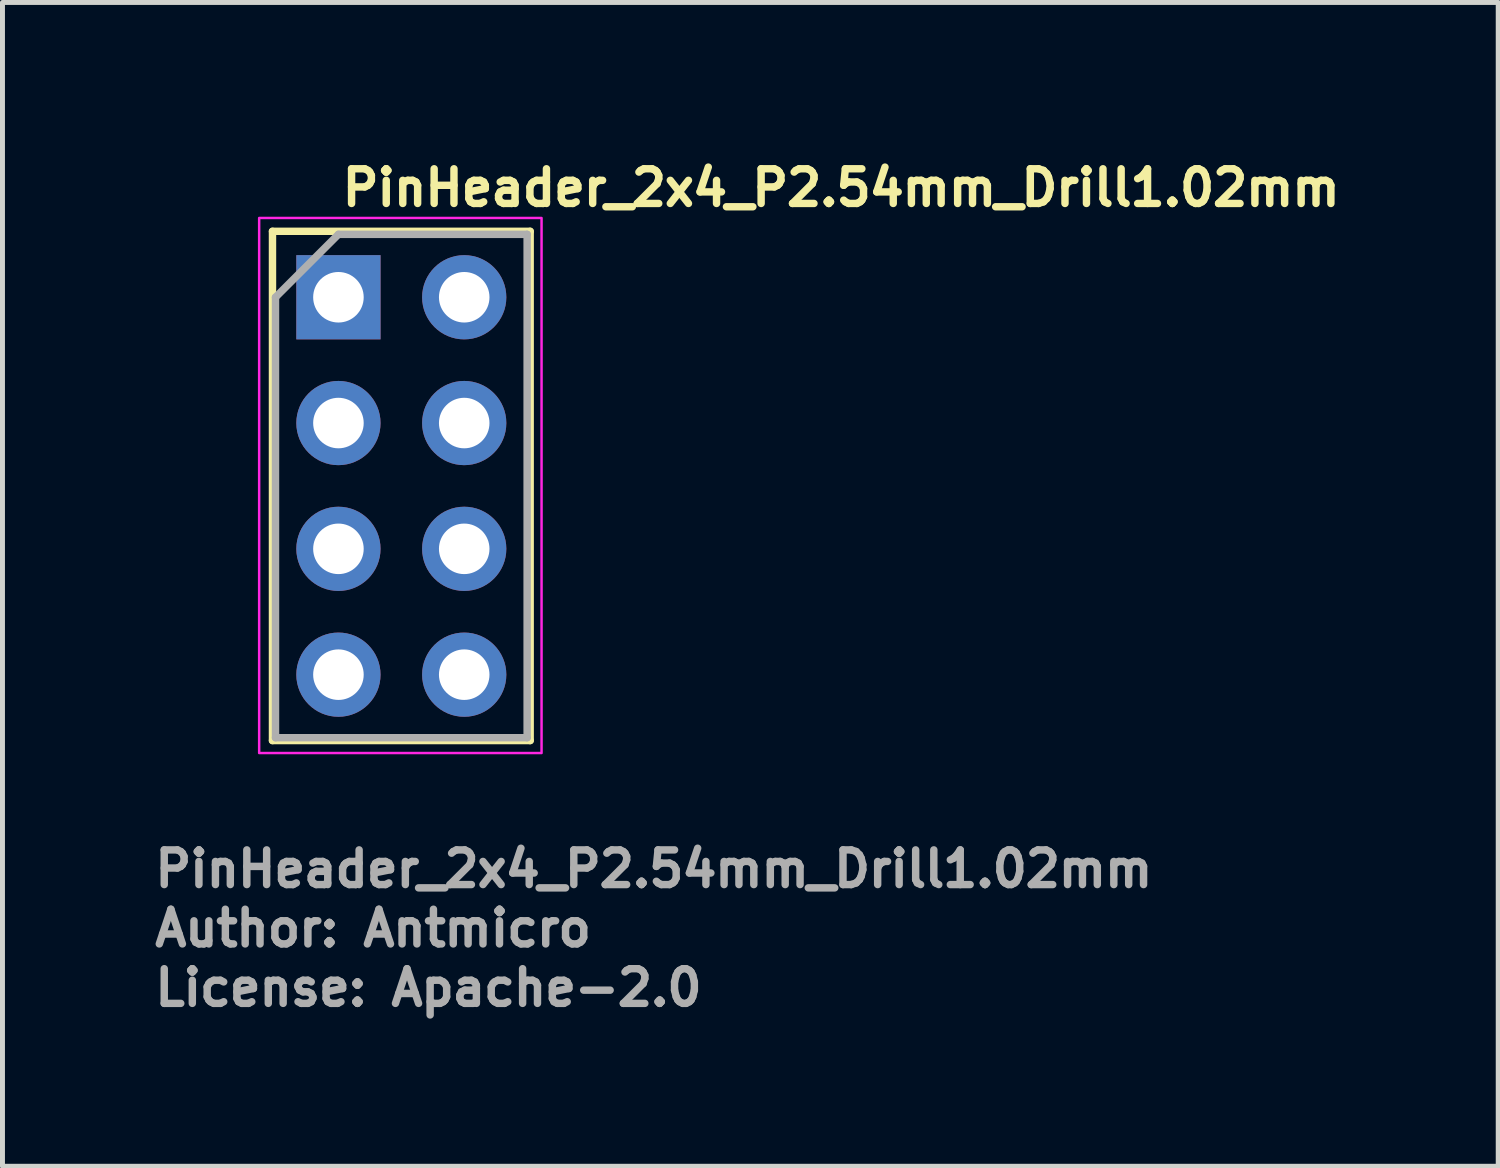
<source format=kicad_pcb>
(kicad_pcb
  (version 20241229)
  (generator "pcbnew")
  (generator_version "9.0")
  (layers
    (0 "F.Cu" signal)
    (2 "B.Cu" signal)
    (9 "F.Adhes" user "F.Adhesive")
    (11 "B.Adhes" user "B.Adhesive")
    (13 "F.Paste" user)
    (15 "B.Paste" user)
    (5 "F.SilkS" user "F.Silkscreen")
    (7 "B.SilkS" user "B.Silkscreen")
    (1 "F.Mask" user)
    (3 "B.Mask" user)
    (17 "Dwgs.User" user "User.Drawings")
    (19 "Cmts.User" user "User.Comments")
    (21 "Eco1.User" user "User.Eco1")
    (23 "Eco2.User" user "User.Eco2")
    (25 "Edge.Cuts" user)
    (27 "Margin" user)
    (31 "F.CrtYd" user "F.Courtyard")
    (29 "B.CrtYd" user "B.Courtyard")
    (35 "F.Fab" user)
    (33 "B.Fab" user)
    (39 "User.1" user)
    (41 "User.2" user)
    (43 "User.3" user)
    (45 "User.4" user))
  (footprint "PinHeader_2x4_P2.54mm_Drill1.02mm"
    (layer "F.Cu")
    (at 3.781 2.95)
    (property "Reference" "PinHeader_2x4_P2.54mm_Drill1.02mm" (at 0 -1.8 0) (layer "F.SilkS") (effects (font (size 0.7 0.7) (thickness 0.15)) (justify left bottom)))
    (attr through_hole)
    (fp_line (start -1.331 -1.331) (end -1.331 8.948) (stroke (width 0.15) (type solid)) (layer "F.SilkS"))
    (fp_line (start -1.331 -1.331) (end 3.87 -1.331) (stroke (width 0.15) (type solid)) (layer "F.SilkS"))
    (fp_line (start -1.331 8.948) (end 3.87 8.948) (stroke (width 0.15) (type solid)) (layer "F.SilkS"))
    (fp_line (start 3.87 -1.331) (end 3.87 8.948) (stroke (width 0.15) (type solid)) (layer "F.SilkS"))
    (fp_rect (start -1.6 -1.6) (end 4.1 9.2) (stroke (width 0.05) (type solid)) (fill no) (layer "F.CrtYd"))
    (fp_line (start -1.27 0) (end 0 -1.27) (stroke (width 0.15) (type solid)) (layer "F.Fab"))
    (fp_line (start -1.27 8.89) (end -1.27 0) (stroke (width 0.15) (type solid)) (layer "F.Fab"))
    (fp_line (start 0 -1.27) (end 3.809 -1.27) (stroke (width 0.15) (type solid)) (layer "F.Fab"))
    (fp_line (start 3.809 -1.27) (end 3.809 8.89) (stroke (width 0.15) (type solid)) (layer "F.Fab"))
    (fp_line (start 3.809 8.89) (end -1.27 8.89) (stroke (width 0.15) (type solid)) (layer "F.Fab"))
    (fp_rect (start 3.781 8.891) (end -1.239 -1.269) (stroke (width 0.1) (type solid)) (fill no) (layer "User.5"))
    (fp_line (start -1.239 -1.269) (end -1.239 1.047) (stroke (width 0.02) (type solid)) (layer "User.9"))
    (fp_line (start -1.239 -1.269) (end 3.781 -1.269) (stroke (width 0.02) (type solid)) (layer "User.9"))
    (fp_line (start -1.239 1.047) (end -1.015 1.27) (stroke (width 0.02) (type solid)) (layer "User.9"))
    (fp_line (start -1.239 1.047) (end 3.781 1.047) (stroke (width 0.02) (type solid)) (layer "User.9"))
    (fp_line (start -1.239 1.496) (end -1.239 3.586) (stroke (width 0.02) (type solid)) (layer "User.9"))
    (fp_line (start -1.239 1.496) (end -1.015 1.27) (stroke (width 0.02) (type solid)) (layer "User.9"))
    (fp_line (start -1.239 1.496) (end 3.781 1.496) (stroke (width 0.02) (type solid)) (layer "User.9"))
    (fp_line (start -1.239 3.586) (end -1.015 3.81) (stroke (width 0.02) (type solid)) (layer "User.9"))
    (fp_line (start -1.239 3.586) (end 3.781 3.586) (stroke (width 0.02) (type solid)) (layer "User.9"))
    (fp_line (start -1.239 4.036) (end -1.239 6.127) (stroke (width 0.02) (type solid)) (layer "User.9"))
    (fp_line (start -1.239 4.036) (end -1.015 3.81) (stroke (width 0.02) (type solid)) (layer "User.9"))
    (fp_line (start -1.239 4.036) (end 3.781 4.036) (stroke (width 0.02) (type solid)) (layer "User.9"))
    (fp_line (start -1.239 6.127) (end -1.015 6.351) (stroke (width 0.02) (type solid)) (layer "User.9"))
    (fp_line (start -1.239 6.127) (end 3.781 6.127) (stroke (width 0.02) (type solid)) (layer "User.9"))
    (fp_line (start -1.239 6.576) (end -1.239 8.891) (stroke (width 0.02) (type solid)) (layer "User.9"))
    (fp_line (start -1.239 6.576) (end -1.015 6.351) (stroke (width 0.02) (type solid)) (layer "User.9"))
    (fp_line (start -1.239 6.576) (end 3.781 6.576) (stroke (width 0.02) (type solid)) (layer "User.9"))
    (fp_line (start -1.239 8.891) (end 3.781 8.891) (stroke (width 0.02) (type solid)) (layer "User.9"))
    (fp_line (start -1.015 1.27) (end 3.556 1.27) (stroke (width 0.02) (type solid)) (layer "User.9"))
    (fp_line (start -1.015 3.81) (end 3.556 3.81) (stroke (width 0.02) (type solid)) (layer "User.9"))
    (fp_line (start -1.015 6.351) (end 3.556 6.351) (stroke (width 0.02) (type solid)) (layer "User.9"))
    (fp_line (start -0.32 -0.32) (end -0.32 0.32) (stroke (width 0.02) (type solid)) (layer "User.9"))
    (fp_line (start -0.32 -0.32) (end -0.064 -0.064) (stroke (width 0.02) (type solid)) (layer "User.9"))
    (fp_line (start -0.32 -0.32) (end 0.32 -0.32) (stroke (width 0.02) (type solid)) (layer "User.9"))
    (fp_line (start -0.32 0.32) (end -0.064 0.064) (stroke (width 0.02) (type solid)) (layer "User.9"))
    (fp_line (start -0.32 0.32) (end 0.32 0.32) (stroke (width 0.02) (type solid)) (layer "User.9"))
    (fp_line (start -0.32 2.222) (end -0.32 2.86) (stroke (width 0.02) (type solid)) (layer "User.9"))
    (fp_line (start -0.32 2.222) (end -0.064 2.476) (stroke (width 0.02) (type solid)) (layer "User.9"))
    (fp_line (start -0.32 2.222) (end 0.32 2.222) (stroke (width 0.02) (type solid)) (layer "User.9"))
    (fp_line (start -0.32 2.86) (end -0.064 2.605) (stroke (width 0.02) (type solid)) (layer "User.9"))
    (fp_line (start -0.32 2.86) (end 0.32 2.86) (stroke (width 0.02) (type solid)) (layer "User.9"))
    (fp_line (start -0.32 4.76) (end -0.32 5.401) (stroke (width 0.02) (type solid)) (layer "User.9"))
    (fp_line (start -0.32 4.76) (end -0.064 5.016) (stroke (width 0.02) (type solid)) (layer "User.9"))
    (fp_line (start -0.32 4.76) (end 0.32 4.76) (stroke (width 0.02) (type solid)) (layer "User.9"))
    (fp_line (start -0.32 5.401) (end -0.064 5.146) (stroke (width 0.02) (type solid)) (layer "User.9"))
    (fp_line (start -0.32 5.401) (end 0.32 5.401) (stroke (width 0.02) (type solid)) (layer "User.9"))
    (fp_line (start -0.32 7.3) (end -0.32 7.941) (stroke (width 0.02) (type solid)) (layer "User.9"))
    (fp_line (start -0.32 7.3) (end -0.064 7.556) (stroke (width 0.02) (type solid)) (layer "User.9"))
    (fp_line (start -0.32 7.3) (end 0.32 7.3) (stroke (width 0.02) (type solid)) (layer "User.9"))
    (fp_line (start -0.32 7.941) (end -0.064 7.686) (stroke (width 0.02) (type solid)) (layer "User.9"))
    (fp_line (start -0.32 7.941) (end 0.32 7.941) (stroke (width 0.02) (type solid)) (layer "User.9"))
    (fp_line (start -0.064 -0.064) (end -0.064 0.064) (stroke (width 0.02) (type solid)) (layer "User.9"))
    (fp_line (start -0.064 -0.064) (end 0.064 -0.064) (stroke (width 0.02) (type solid)) (layer "User.9"))
    (fp_line (start -0.064 0.064) (end 0.064 0.064) (stroke (width 0.02) (type solid)) (layer "User.9"))
    (fp_line (start -0.064 2.476) (end -0.064 2.605) (stroke (width 0.02) (type solid)) (layer "User.9"))
    (fp_line (start -0.064 2.476) (end 0.064 2.476) (stroke (width 0.02) (type solid)) (layer "User.9"))
    (fp_line (start -0.064 2.605) (end 0.064 2.605) (stroke (width 0.02) (type solid)) (layer "User.9"))
    (fp_line (start -0.064 5.016) (end -0.064 5.146) (stroke (width 0.02) (type solid)) (layer "User.9"))
    (fp_line (start -0.064 5.016) (end 0.064 5.016) (stroke (width 0.02) (type solid)) (layer "User.9"))
    (fp_line (start -0.064 5.146) (end 0.064 5.146) (stroke (width 0.02) (type solid)) (layer "User.9"))
    (fp_line (start -0.064 7.556) (end -0.064 7.686) (stroke (width 0.02) (type solid)) (layer "User.9"))
    (fp_line (start -0.064 7.556) (end 0.064 7.556) (stroke (width 0.02) (type solid)) (layer "User.9"))
    (fp_line (start -0.064 7.686) (end 0.064 7.686) (stroke (width 0.02) (type solid)) (layer "User.9"))
    (fp_line (start 0.064 -0.064) (end 0.064 0.064) (stroke (width 0.02) (type solid)) (layer "User.9"))
    (fp_line (start 0.064 2.476) (end 0.064 2.605) (stroke (width 0.02) (type solid)) (layer "User.9"))
    (fp_line (start 0.064 5.016) (end 0.064 5.146) (stroke (width 0.02) (type solid)) (layer "User.9"))
    (fp_line (start 0.064 7.556) (end 0.064 7.686) (stroke (width 0.02) (type solid)) (layer "User.9"))
    (fp_line (start 0.32 -0.32) (end 0.064 -0.064) (stroke (width 0.02) (type solid)) (layer "User.9"))
    (fp_line (start 0.32 -0.32) (end 0.32 0.32) (stroke (width 0.02) (type solid)) (layer "User.9"))
    (fp_line (start 0.32 0.32) (end 0.064 0.064) (stroke (width 0.02) (type solid)) (layer "User.9"))
    (fp_line (start 0.32 2.222) (end 0.064 2.476) (stroke (width 0.02) (type solid)) (layer "User.9"))
    (fp_line (start 0.32 2.222) (end 0.32 2.86) (stroke (width 0.02) (type solid)) (layer "User.9"))
    (fp_line (start 0.32 2.86) (end 0.064 2.605) (stroke (width 0.02) (type solid)) (layer "User.9"))
    (fp_line (start 0.32 4.76) (end 0.064 5.016) (stroke (width 0.02) (type solid)) (layer "User.9"))
    (fp_line (start 0.32 4.76) (end 0.32 5.401) (stroke (width 0.02) (type solid)) (layer "User.9"))
    (fp_line (start 0.32 5.401) (end 0.064 5.146) (stroke (width 0.02) (type solid)) (layer "User.9"))
    (fp_line (start 0.32 7.3) (end 0.064 7.556) (stroke (width 0.02) (type solid)) (layer "User.9"))
    (fp_line (start 0.32 7.3) (end 0.32 7.941) (stroke (width 0.02) (type solid)) (layer "User.9"))
    (fp_line (start 0.32 7.941) (end 0.064 7.686) (stroke (width 0.02) (type solid)) (layer "User.9"))
    (fp_line (start 2.222 -0.32) (end 2.222 0.32) (stroke (width 0.02) (type solid)) (layer "User.9"))
    (fp_line (start 2.222 -0.32) (end 2.476 -0.064) (stroke (width 0.02) (type solid)) (layer "User.9"))
    (fp_line (start 2.222 -0.32) (end 2.86 -0.32) (stroke (width 0.02) (type solid)) (layer "User.9"))
    (fp_line (start 2.222 0.32) (end 2.476 0.064) (stroke (width 0.02) (type solid)) (layer "User.9"))
    (fp_line (start 2.222 0.32) (end 2.86 0.32) (stroke (width 0.02) (type solid)) (layer "User.9"))
    (fp_line (start 2.222 2.222) (end 2.222 2.86) (stroke (width 0.02) (type solid)) (layer "User.9"))
    (fp_line (start 2.222 2.222) (end 2.476 2.476) (stroke (width 0.02) (type solid)) (layer "User.9"))
    (fp_line (start 2.222 2.222) (end 2.86 2.222) (stroke (width 0.02) (type solid)) (layer "User.9"))
    (fp_line (start 2.222 2.86) (end 2.476 2.605) (stroke (width 0.02) (type solid)) (layer "User.9"))
    (fp_line (start 2.222 2.86) (end 2.86 2.86) (stroke (width 0.02) (type solid)) (layer "User.9"))
    (fp_line (start 2.222 4.76) (end 2.222 5.401) (stroke (width 0.02) (type solid)) (layer "User.9"))
    (fp_line (start 2.222 4.76) (end 2.476 5.016) (stroke (width 0.02) (type solid)) (layer "User.9"))
    (fp_line (start 2.222 4.76) (end 2.86 4.76) (stroke (width 0.02) (type solid)) (layer "User.9"))
    (fp_line (start 2.222 5.401) (end 2.476 5.146) (stroke (width 0.02) (type solid)) (layer "User.9"))
    (fp_line (start 2.222 5.401) (end 2.86 5.401) (stroke (width 0.02) (type solid)) (layer "User.9"))
    (fp_line (start 2.222 7.3) (end 2.222 7.941) (stroke (width 0.02) (type solid)) (layer "User.9"))
    (fp_line (start 2.222 7.3) (end 2.476 7.556) (stroke (width 0.02) (type solid)) (layer "User.9"))
    (fp_line (start 2.222 7.3) (end 2.86 7.3) (stroke (width 0.02) (type solid)) (layer "User.9"))
    (fp_line (start 2.222 7.941) (end 2.476 7.686) (stroke (width 0.02) (type solid)) (layer "User.9"))
    (fp_line (start 2.222 7.941) (end 2.86 7.941) (stroke (width 0.02) (type solid)) (layer "User.9"))
    (fp_line (start 2.476 -0.064) (end 2.476 0.064) (stroke (width 0.02) (type solid)) (layer "User.9"))
    (fp_line (start 2.476 -0.064) (end 2.605 -0.064) (stroke (width 0.02) (type solid)) (layer "User.9"))
    (fp_line (start 2.476 0.064) (end 2.605 0.064) (stroke (width 0.02) (type solid)) (layer "User.9"))
    (fp_line (start 2.476 2.476) (end 2.476 2.605) (stroke (width 0.02) (type solid)) (layer "User.9"))
    (fp_line (start 2.476 2.476) (end 2.605 2.476) (stroke (width 0.02) (type solid)) (layer "User.9"))
    (fp_line (start 2.476 2.605) (end 2.605 2.605) (stroke (width 0.02) (type solid)) (layer "User.9"))
    (fp_line (start 2.476 5.016) (end 2.476 5.146) (stroke (width 0.02) (type solid)) (layer "User.9"))
    (fp_line (start 2.476 5.016) (end 2.605 5.016) (stroke (width 0.02) (type solid)) (layer "User.9"))
    (fp_line (start 2.476 5.146) (end 2.605 5.146) (stroke (width 0.02) (type solid)) (layer "User.9"))
    (fp_line (start 2.476 7.556) (end 2.476 7.686) (stroke (width 0.02) (type solid)) (layer "User.9"))
    (fp_line (start 2.476 7.556) (end 2.605 7.556) (stroke (width 0.02) (type solid)) (layer "User.9"))
    (fp_line (start 2.476 7.686) (end 2.605 7.686) (stroke (width 0.02) (type solid)) (layer "User.9"))
    (fp_line (start 2.605 -0.064) (end 2.605 0.064) (stroke (width 0.02) (type solid)) (layer "User.9"))
    (fp_line (start 2.605 2.476) (end 2.605 2.605) (stroke (width 0.02) (type solid)) (layer "User.9"))
    (fp_line (start 2.605 5.016) (end 2.605 5.146) (stroke (width 0.02) (type solid)) (layer "User.9"))
    (fp_line (start 2.605 7.556) (end 2.605 7.686) (stroke (width 0.02) (type solid)) (layer "User.9"))
    (fp_line (start 2.86 -0.32) (end 2.605 -0.064) (stroke (width 0.02) (type solid)) (layer "User.9"))
    (fp_line (start 2.86 -0.32) (end 2.86 0.32) (stroke (width 0.02) (type solid)) (layer "User.9"))
    (fp_line (start 2.86 0.32) (end 2.605 0.064) (stroke (width 0.02) (type solid)) (layer "User.9"))
    (fp_line (start 2.86 2.222) (end 2.605 2.476) (stroke (width 0.02) (type solid)) (layer "User.9"))
    (fp_line (start 2.86 2.222) (end 2.86 2.86) (stroke (width 0.02) (type solid)) (layer "User.9"))
    (fp_line (start 2.86 2.86) (end 2.605 2.605) (stroke (width 0.02) (type solid)) (layer "User.9"))
    (fp_line (start 2.86 4.76) (end 2.605 5.016) (stroke (width 0.02) (type solid)) (layer "User.9"))
    (fp_line (start 2.86 4.76) (end 2.86 5.401) (stroke (width 0.02) (type solid)) (layer "User.9"))
    (fp_line (start 2.86 5.401) (end 2.605 5.146) (stroke (width 0.02) (type solid)) (layer "User.9"))
    (fp_line (start 2.86 7.3) (end 2.605 7.556) (stroke (width 0.02) (type solid)) (layer "User.9"))
    (fp_line (start 2.86 7.3) (end 2.86 7.941) (stroke (width 0.02) (type solid)) (layer "User.9"))
    (fp_line (start 2.86 7.941) (end 2.605 7.686) (stroke (width 0.02) (type solid)) (layer "User.9"))
    (fp_line (start 3.781 -1.269) (end 3.781 1.047) (stroke (width 0.02) (type solid)) (layer "User.9"))
    (fp_line (start 3.781 1.047) (end 3.556 1.27) (stroke (width 0.02) (type solid)) (layer "User.9"))
    (fp_line (start 3.781 1.496) (end 3.556 1.27) (stroke (width 0.02) (type solid)) (layer "User.9"))
    (fp_line (start 3.781 1.496) (end 3.781 3.586) (stroke (width 0.02) (type solid)) (layer "User.9"))
    (fp_line (start 3.781 3.586) (end 3.556 3.81) (stroke (width 0.02) (type solid)) (layer "User.9"))
    (fp_line (start 3.781 4.036) (end 3.556 3.81) (stroke (width 0.02) (type solid)) (layer "User.9"))
    (fp_line (start 3.781 4.036) (end 3.781 6.127) (stroke (width 0.02) (type solid)) (layer "User.9"))
    (fp_line (start 3.781 6.127) (end 3.556 6.351) (stroke (width 0.02) (type solid)) (layer "User.9"))
    (fp_line (start 3.781 6.576) (end 3.556 6.351) (stroke (width 0.02) (type solid)) (layer "User.9"))
    (fp_line (start 3.781 6.576) (end 3.781 8.891) (stroke (width 0.02) (type solid)) (layer "User.9"))
    (fp_text user "Author: Antmicro" (at -3.781 13.146 0) (layer "F.Fab") (effects (font (size 0.7 0.7) (thickness 0.15)) (justify left bottom)))
    (fp_text user "License: Apache-2.0" (at -3.781 14.346 0) (layer "F.Fab") (effects (font (size 0.7 0.7) (thickness 0.15)) (justify left bottom)))
    (fp_text user "${REFERENCE}" (at -3.781 11.948 0) (layer "F.Fab") (effects (font (size 0.7 0.7) (thickness 0.15)) (justify left bottom)))
    (pad "1" thru_hole rect (at 0 0) (size 1.7 1.7) (drill 1.02) (layers "*.Cu" "*.Mask"))
    (pad "2" thru_hole oval (at 2.539 0) (size 1.7 1.7) (drill 1.02) (layers "*.Cu" "*.Mask"))
    (pad "3" thru_hole oval (at 0 2.539) (size 1.7 1.7) (drill 1.02) (layers "*.Cu" "*.Mask"))
    (pad "4" thru_hole oval (at 2.539 2.539) (size 1.7 1.7) (drill 1.02) (layers "*.Cu" "*.Mask"))
    (pad "5" thru_hole oval (at 0 5.078) (size 1.7 1.7) (drill 1.02) (layers "*.Cu" "*.Mask"))
    (pad "6" thru_hole oval (at 2.539 5.078) (size 1.7 1.7) (drill 1.02) (layers "*.Cu" "*.Mask"))
    (pad "7" thru_hole oval (at 0 7.618) (size 1.7 1.7) (drill 1.02) (layers "*.Cu" "*.Mask"))
    (pad "8" thru_hole oval (at 2.539 7.618) (size 1.7 1.7) (drill 1.02) (layers "*.Cu" "*.Mask")))
  (gr_rect
    (start -3 -3)
    (end 27.191 20.491)
    (stroke (width 0.1) (type default))
    (fill no)
    (layer "Edge.Cuts")))
</source>
